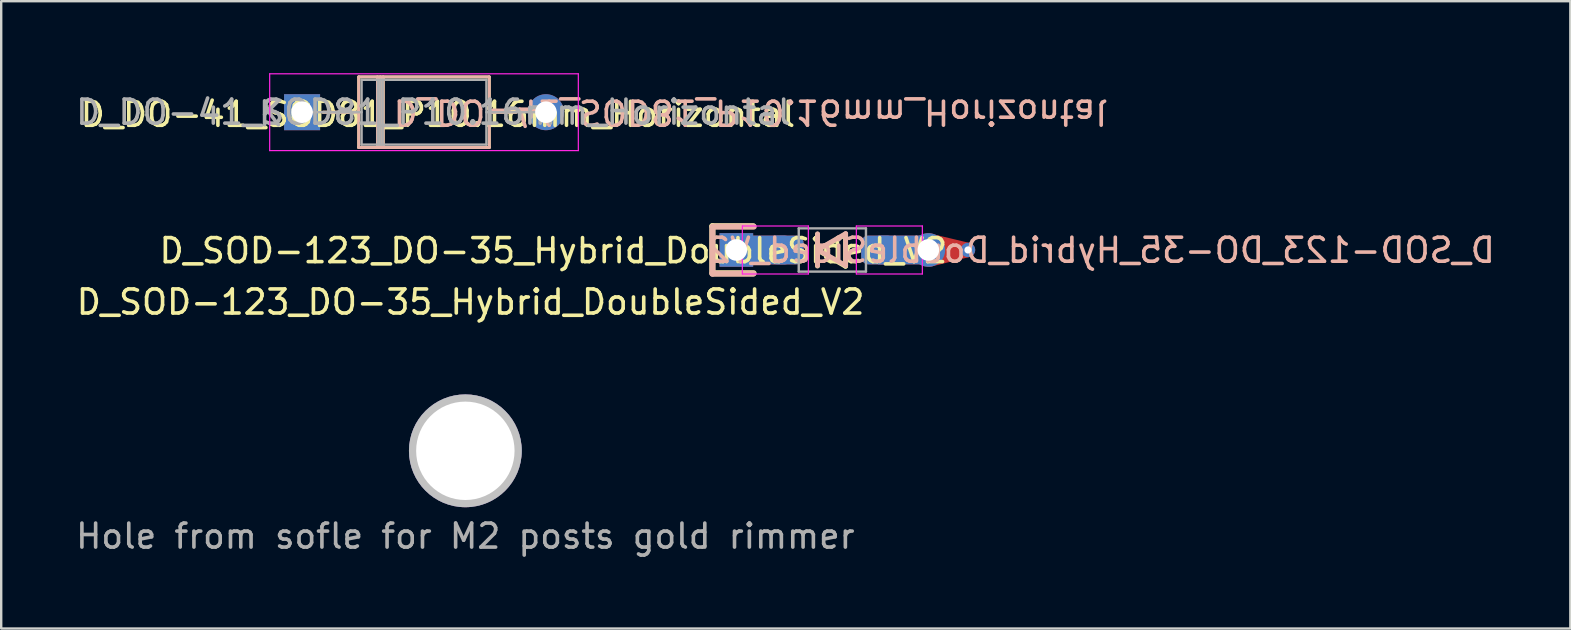
<source format=kicad_pcb>
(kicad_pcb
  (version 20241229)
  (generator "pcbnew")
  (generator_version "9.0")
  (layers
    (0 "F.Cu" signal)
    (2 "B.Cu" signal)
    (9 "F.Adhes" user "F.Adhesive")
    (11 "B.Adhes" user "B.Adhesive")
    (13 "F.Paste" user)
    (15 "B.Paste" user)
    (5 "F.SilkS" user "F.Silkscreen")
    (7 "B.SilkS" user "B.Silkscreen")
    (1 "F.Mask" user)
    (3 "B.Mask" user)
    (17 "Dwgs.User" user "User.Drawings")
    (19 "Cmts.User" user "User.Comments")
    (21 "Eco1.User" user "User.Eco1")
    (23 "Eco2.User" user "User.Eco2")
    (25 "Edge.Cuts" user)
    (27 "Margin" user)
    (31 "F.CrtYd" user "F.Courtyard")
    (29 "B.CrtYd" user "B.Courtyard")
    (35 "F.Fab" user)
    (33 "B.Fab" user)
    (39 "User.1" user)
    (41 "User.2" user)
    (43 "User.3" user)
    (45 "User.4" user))
  (footprint "Hole from sofle for M2 posts gold rimmer"
    (layer "F.Cu")
    (at 16.339 15.733)
    (property "Reference" "Hole from sofle for M2 posts gold rimmer" (at 0 3.556 0) (unlocked yes) (layer "F.Fab") (effects (font (size 1 1) (thickness 0.15))))
    (attr through_hole exclude_from_pos_files exclude_from_bom)
    (fp_circle (center 0 0) (end 1.1 0) (stroke (width 0.1) (type default)) (fill no) (layer "User.3"))
    (fp_circle (center 0 0) (end 1.1 0) (stroke (width 0.1) (type default)) (fill no) (layer "User.4"))
    (fp_circle (center 0 0) (end 1.1 0) (stroke (width 0.1) (type default)) (fill no) (layer "User.6"))
    (fp_circle (center 0 0) (end 1.1 0) (stroke (width 0.1) (type default)) (fill no) (layer "User.9"))
    (pad "" thru_hole circle (at 0 0 90) (size 4.7 4.7) (drill 4.1) (layers "*.Cu" "*.Mask" "Dwgs.User")))
  (footprint "D_DO-41_SOD81_P10.16mm_Horizontal"
    (layer "F.Cu")
    (at 9.536 1.625)
    (property "Reference" "D_DO-41_SOD81_P10.16mm_Horizontal" (at 5.66 0.09 0) (layer "F.SilkS") (effects (font (size 1 1) (thickness 0.15))))
    (attr through_hole)
    (fp_line (start 0.87 0) (end 2.36 0) (stroke (width 0.12) (type solid)) (layer "F.SilkS"))
    (fp_line (start 2.36 -1.47) (end 2.36 1.47) (stroke (width 0.12) (type solid)) (layer "F.SilkS"))
    (fp_line (start 2.36 1.47) (end 7.8 1.47) (stroke (width 0.12) (type solid)) (layer "F.SilkS"))
    (fp_line (start 3.14 -1.47) (end 3.14 1.47) (stroke (width 0.12) (type solid)) (layer "F.SilkS"))
    (fp_line (start 3.26 -1.47) (end 3.26 1.47) (stroke (width 0.12) (type solid)) (layer "F.SilkS"))
    (fp_line (start 3.38 -1.47) (end 3.38 1.47) (stroke (width 0.12) (type solid)) (layer "F.SilkS"))
    (fp_line (start 7.8 -1.47) (end 2.36 -1.47) (stroke (width 0.12) (type solid)) (layer "F.SilkS"))
    (fp_line (start 7.8 1.47) (end 7.8 -1.47) (stroke (width 0.12) (type solid)) (layer "F.SilkS"))
    (fp_line (start 8.92 0) (end 7.8 0) (stroke (width 0.12) (type solid)) (layer "F.SilkS"))
    (fp_line (start 0.87 0) (end 2.36 0) (stroke (width 0.12) (type solid)) (layer "B.SilkS"))
    (fp_line (start 2.36 -1.47) (end 2.36 1.47) (stroke (width 0.12) (type solid)) (layer "B.SilkS"))
    (fp_line (start 2.36 1.47) (end 7.8 1.47) (stroke (width 0.12) (type solid)) (layer "B.SilkS"))
    (fp_line (start 3.14 -1.47) (end 3.14 1.47) (stroke (width 0.12) (type solid)) (layer "B.SilkS"))
    (fp_line (start 3.26 -1.47) (end 3.26 1.47) (stroke (width 0.12) (type solid)) (layer "B.SilkS"))
    (fp_line (start 3.38 -1.47) (end 3.38 1.47) (stroke (width 0.12) (type solid)) (layer "B.SilkS"))
    (fp_line (start 7.8 -1.47) (end 2.36 -1.47) (stroke (width 0.12) (type solid)) (layer "B.SilkS"))
    (fp_line (start 7.8 1.47) (end 7.8 -1.47) (stroke (width 0.12) (type solid)) (layer "B.SilkS"))
    (fp_line (start 8.92 0) (end 7.8 0) (stroke (width 0.12) (type solid)) (layer "B.SilkS"))
    (fp_line (start -1.35 -1.6) (end -1.35 1.6) (stroke (width 0.05) (type solid)) (layer "F.CrtYd"))
    (fp_line (start -1.35 1.6) (end 11.51 1.6) (stroke (width 0.05) (type solid)) (layer "F.CrtYd"))
    (fp_line (start 11.51 -1.6) (end -1.35 -1.6) (stroke (width 0.05) (type solid)) (layer "F.CrtYd"))
    (fp_line (start 11.51 1.6) (end 11.51 -1.6) (stroke (width 0.05) (type solid)) (layer "F.CrtYd"))
    (fp_line (start 0 0) (end 2.48 0) (stroke (width 0.1) (type solid)) (layer "F.Fab"))
    (fp_line (start 2.48 -1.35) (end 2.48 1.35) (stroke (width 0.1) (type solid)) (layer "F.Fab"))
    (fp_line (start 2.48 1.35) (end 7.68 1.35) (stroke (width 0.1) (type solid)) (layer "F.Fab"))
    (fp_line (start 3.16 -1.35) (end 3.16 1.35) (stroke (width 0.1) (type solid)) (layer "F.Fab"))
    (fp_line (start 3.26 -1.35) (end 3.26 1.35) (stroke (width 0.1) (type solid)) (layer "F.Fab"))
    (fp_line (start 3.36 -1.35) (end 3.36 1.35) (stroke (width 0.1) (type solid)) (layer "F.Fab"))
    (fp_line (start 7.68 -1.35) (end 2.48 -1.35) (stroke (width 0.1) (type solid)) (layer "F.Fab"))
    (fp_line (start 7.68 1.35) (end 7.68 -1.35) (stroke (width 0.1) (type solid)) (layer "F.Fab"))
    (fp_line (start 10.16 0) (end 7.68 0) (stroke (width 0.1) (type solid)) (layer "F.Fab"))
    (fp_text user "${REFERENCE}" (at 3.72 -0.59 180) (unlocked yes) (layer "B.SilkS") (effects (font (size 1 1) (thickness 0.15)) (justify left bottom mirror)))
    (fp_text user "K" (at -1.3 0.07 0) (layer "F.Fab") (effects (font (size 1 1) (thickness 0.15))))
    (fp_text user "${REFERENCE}" (at 5.47 0 0) (layer "F.Fab") (effects (font (size 1 1) (thickness 0.15))))
    (pad "1" thru_hole rect (at 0 0) (size 1.5 1.5) (drill 0.9) (layers "*.Cu" "*.Mask"))
    (pad "2" thru_hole oval (at 10.16 0) (size 1.5 1.5) (drill 0.9) (layers "*.Cu" "*.Mask")))
  (footprint "D_SOD-123_DO-35_Hybrid_DoubleSided_V2"
    (layer "F.Cu")
    (at 31.63 7.365)
    (property "Reference" "D_SOD-123_DO-35_Hybrid_DoubleSided_V2" (at 1.43 2.17 0) (layer "F.SilkS") (effects (font (size 1 1) (thickness 0.15)) (justify right)))
    (attr smd)
    (fp_line (start -5 -0.99) (end -5 0.96) (stroke (width 0.25) (type default)) (layer "F.SilkS"))
    (fp_line (start -5 -0.99) (end -3.3 -0.99) (stroke (width 0.25) (type default)) (layer "F.SilkS"))
    (fp_line (start -4.99 0.97) (end -3.28 0.97) (stroke (width 0.25) (type default)) (layer "F.SilkS"))
    (fp_line (start -0.62 -0.66) (end -0.62 0.67) (stroke (width 0.2) (type solid)) (layer "F.SilkS"))
    (fp_line (start -0.62 0.005) (end 0.55 -0.65) (stroke (width 0.2) (type solid)) (layer "F.SilkS"))
    (fp_line (start 0.55 -0.65) (end 0.55 0.68) (stroke (width 0.2) (type solid)) (layer "F.SilkS"))
    (fp_line (start 0.55 0.68) (end -0.62 0.005) (stroke (width 0.2) (type solid)) (layer "F.SilkS"))
    (fp_line (start -4.995 0.988) (end -4.995 -0.963) (stroke (width 0.25) (type default)) (layer "B.SilkS"))
    (fp_line (start -4.995 0.988) (end -3.295 0.988) (stroke (width 0.25) (type default)) (layer "B.SilkS"))
    (fp_line (start -4.985 -0.973) (end -3.275 -0.973) (stroke (width 0.25) (type default)) (layer "B.SilkS"))
    (fp_line (start -0.615 -0.007) (end 0.555 0.647) (stroke (width 0.2) (type solid)) (layer "B.SilkS"))
    (fp_line (start -0.615 0.657) (end -0.615 -0.672) (stroke (width 0.2) (type solid)) (layer "B.SilkS"))
    (fp_line (start 0.555 -0.682) (end -0.615 -0.007) (stroke (width 0.2) (type solid)) (layer "B.SilkS"))
    (fp_line (start 0.555 0.647) (end 0.555 -0.682) (stroke (width 0.2) (type solid)) (layer "B.SilkS"))
    (fp_line (start -3.75 -1) (end -3.75 1) (stroke (width 0.05) (type default)) (layer "F.CrtYd"))
    (fp_line (start -3.75 -1) (end -1 -1) (stroke (width 0.05) (type solid)) (layer "F.CrtYd"))
    (fp_line (start -1 -1) (end -1 1) (stroke (width 0.05) (type default)) (layer "F.CrtYd"))
    (fp_line (start -1 1) (end -3.75 1) (stroke (width 0.05) (type solid)) (layer "F.CrtYd"))
    (fp_line (start 1 -1) (end 1 1) (stroke (width 0.05) (type default)) (layer "F.CrtYd"))
    (fp_line (start 1 -1) (end 3.75 -1) (stroke (width 0.05) (type solid)) (layer "F.CrtYd"))
    (fp_line (start 3.75 -1) (end 3.75 1) (stroke (width 0.05) (type default)) (layer "F.CrtYd"))
    (fp_line (start 3.75 1) (end 1 1) (stroke (width 0.05) (type solid)) (layer "F.CrtYd"))
    (fp_line (start -1.4 -0.9) (end 1.4 -0.9) (stroke (width 0.1) (type solid)) (layer "F.Fab"))
    (fp_line (start -1.4 0.9) (end -1.4 -0.9) (stroke (width 0.1) (type solid)) (layer "F.Fab"))
    (fp_line (start 1.4 -0.9) (end 1.4 0.9) (stroke (width 0.1) (type solid)) (layer "F.Fab"))
    (fp_line (start 1.4 0.9) (end -1.4 0.9) (stroke (width 0.1) (type solid)) (layer "F.Fab"))
    (fp_text user "${REFERENCE}" (at 4.88 0.03 0) (layer "F.SilkS") (effects (font (size 1 1) (thickness 0.15)) (justify right)))
    (fp_text user "${REFERENCE}" (at -5.31 0.013 0) (layer "B.SilkS") (effects (font (size 1 1) (thickness 0.15)) (justify right mirror)))
    (pad "1" thru_hole rect (at -4 0) (size 1.4 1.4) (drill 0.9) (layers "*.Cu" "*.Mask"))
    (pad "1" smd rect (at -2.75 0) (size 1.6 1.2) (layers "B.Cu"))
    (pad "1" smd rect (at -2.7 0) (size 1.6 1.2) (layers "F.Cu"))
    (pad "1" smd roundrect (at -1.95 0) (size 1.5 1.2) (layers "F.Cu" "F.Mask" "F.Paste") (roundrect_rratio 0.25))
    (pad "1" smd roundrect (at -1.9 0) (size 1.4 1.2) (layers "B.Cu" "B.Mask" "B.Paste") (roundrect_rratio 0.25))
    (pad "2" smd roundrect (at 1.9 0) (size 1.4 1.2) (layers "F.Cu" "F.Mask" "F.Paste") (roundrect_rratio 0.25))
    (pad "2" smd roundrect (at 1.9 0) (size 1.4 1.2) (layers "B.Cu" "B.Mask" "B.Paste") (roundrect_rratio 0.25))
    (pad "2" smd rect (at 2.96 0) (size 2.12 1.2) (layers "F.Cu"))
    (pad "2" smd rect (at 2.97 0) (size 2.14 1.2) (layers "B.Cu"))
    (pad "2" thru_hole circle (at 4 0) (size 1.4 1.4) (drill 0.9) (layers "*.Cu" "*.Mask"))
    (pad "2" thru_hole circle (at 5.65 0) (size 0.6 0.6) (drill 0.3) (layers "*.Cu"))
    (pad "2" smd custom (at 5.65 0) (size 0.6 0.6) (layers "F.Cu") (options (anchor circle)) (primitives (gr_line (start 0 0) (end -1.63 -0.39) (width 0.6)) (gr_line (start 0 0) (end -1.6 0.4) (width 0.6)))))
  (gr_rect
    (start -3 -3)
    (end 62.379 23.137)
    (stroke (width 0.1) (type default))
    (fill no)
    (layer "Edge.Cuts")))
</source>
